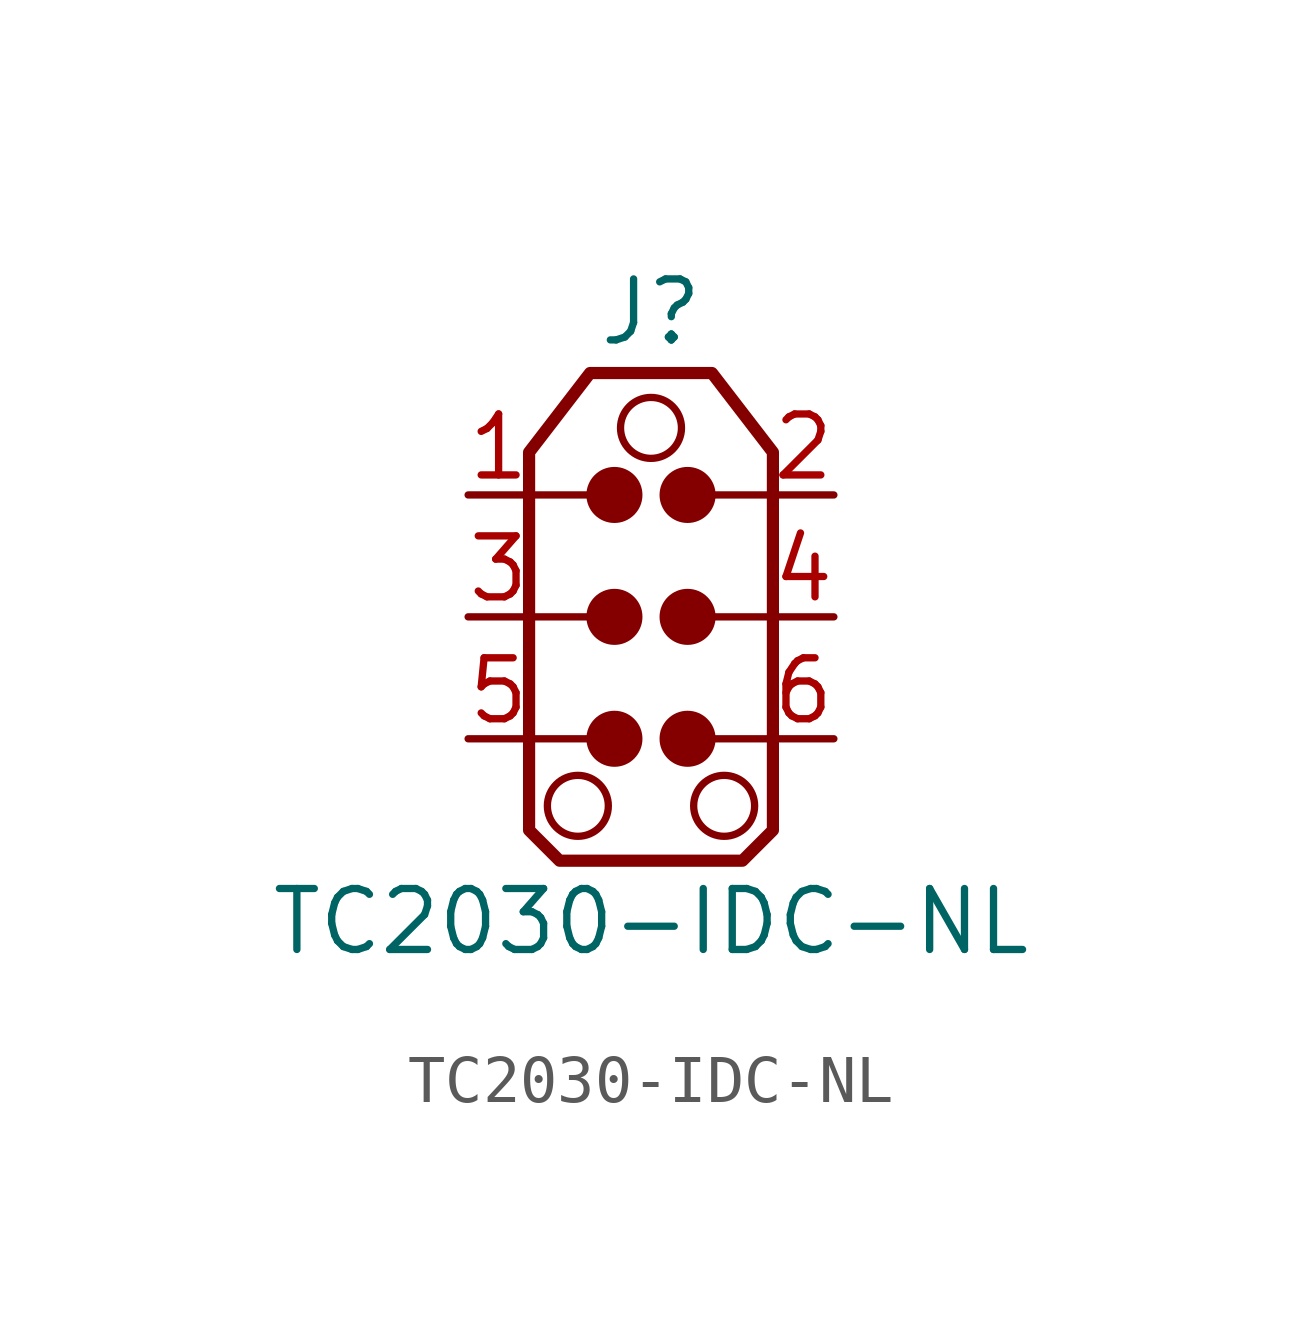
<source format=kicad_sym>
(kicad_symbol_lib
  (version 20231120)
  (generator "kicad_symbol_editor")
  (generator_version "8.0")
  (symbol "TC2030-IDC-NL"
    (pin_names
      (offset 0.127) hide)
    (property "Reference" "J"
      (at 0 6.35 0)
      (effects (font (size 1.27 1.27))))
    (property "Value" "TC2030-IDC-NL"
      (at 0 -6.35 0)
      (effects (font (size 1.27 1.27))))
    (symbol "TC2030-IDC-NL_0_1"
      (circle (center -1.524 -3.937) (radius 0.635) (stroke (width 0) (type default)) (fill (type none)))
      (circle (center -0.762 -2.54) (radius 0.508) (stroke (width 0) (type default)) (fill (type outline)))
      (circle (center -0.762 0) (radius 0.508) (stroke (width 0) (type default)) (fill (type outline)))
      (circle (center -0.762 2.54) (radius 0.508) (stroke (width 0) (type default)) (fill (type outline)))
      (polyline (pts (xy -2.54 -2.54) (xy -1.016 -2.54)) (stroke (width 0) (type default)) (fill (type none)))
      (polyline (pts (xy -2.54 0) (xy -1.016 0)) (stroke (width 0) (type default)) (fill (type none)))
      (polyline (pts (xy -2.54 2.54) (xy -1.016 2.54)) (stroke (width 0) (type default)) (fill (type none)))
      (polyline (pts (xy 2.54 -2.54) (xy 1.016 -2.54)) (stroke (width 0) (type default)) (fill (type none)))
      (polyline (pts (xy 2.54 0) (xy 1.016 0)) (stroke (width 0) (type default)) (fill (type none)))
      (polyline (pts (xy 2.54 2.54) (xy 1.016 2.54)) (stroke (width 0) (type default)) (fill (type none)))
      (polyline (pts (xy -2.54 -4.445) (xy -1.905 -5.08) (xy 1.905 -5.08) (xy 2.54 -4.445) (xy 2.54 3.429) (xy 1.27 5.08) (xy -1.27 5.08) (xy -2.54 3.429) (xy -2.54 -4.445)) (stroke (width 0.254) (type default)) (fill (type none)))
      (circle (center 0 3.937) (radius 0.635) (stroke (width 0) (type default)) (fill (type none)))
      (circle (center 0.762 -2.54) (radius 0.508) (stroke (width 0) (type default)) (fill (type outline)))
      (circle (center 0.762 0) (radius 0.508) (stroke (width 0) (type default)) (fill (type outline)))
      (circle (center 0.762 2.54) (radius 0.508) (stroke (width 0) (type default)) (fill (type outline)))
      (circle (center 1.524 -3.937) (radius 0.635) (stroke (width 0) (type default)) (fill (type none))))
    (symbol "TC2030-IDC-NL_1_1"
      (pin passive line (at -3.81 2.54 0) (length 1.27) (name "1" (effects (font (size 1.27 1.27)))) (number "1" (effects (font (size 1.27 1.27)))))
      (pin passive line (at 3.81 2.54 180) (length 1.27) (name "2" (effects (font (size 1.27 1.27)))) (number "2" (effects (font (size 1.27 1.27)))))
      (pin passive line (at -3.81 0 0) (length 1.27) (name "3" (effects (font (size 1.27 1.27)))) (number "3" (effects (font (size 1.27 1.27)))))
      (pin passive line (at 3.81 0 180) (length 1.27) (name "4" (effects (font (size 1.27 1.27)))) (number "4" (effects (font (size 1.27 1.27)))))
      (pin passive line (at -3.81 -2.54 0) (length 1.27) (name "5" (effects (font (size 1.27 1.27)))) (number "5" (effects (font (size 1.27 1.27)))))
      (pin passive line (at 3.81 -2.54 180) (length 1.27) (name "6" (effects (font (size 1.27 1.27)))) (number "6" (effects (font (size 1.27 1.27))))))))
</source>
